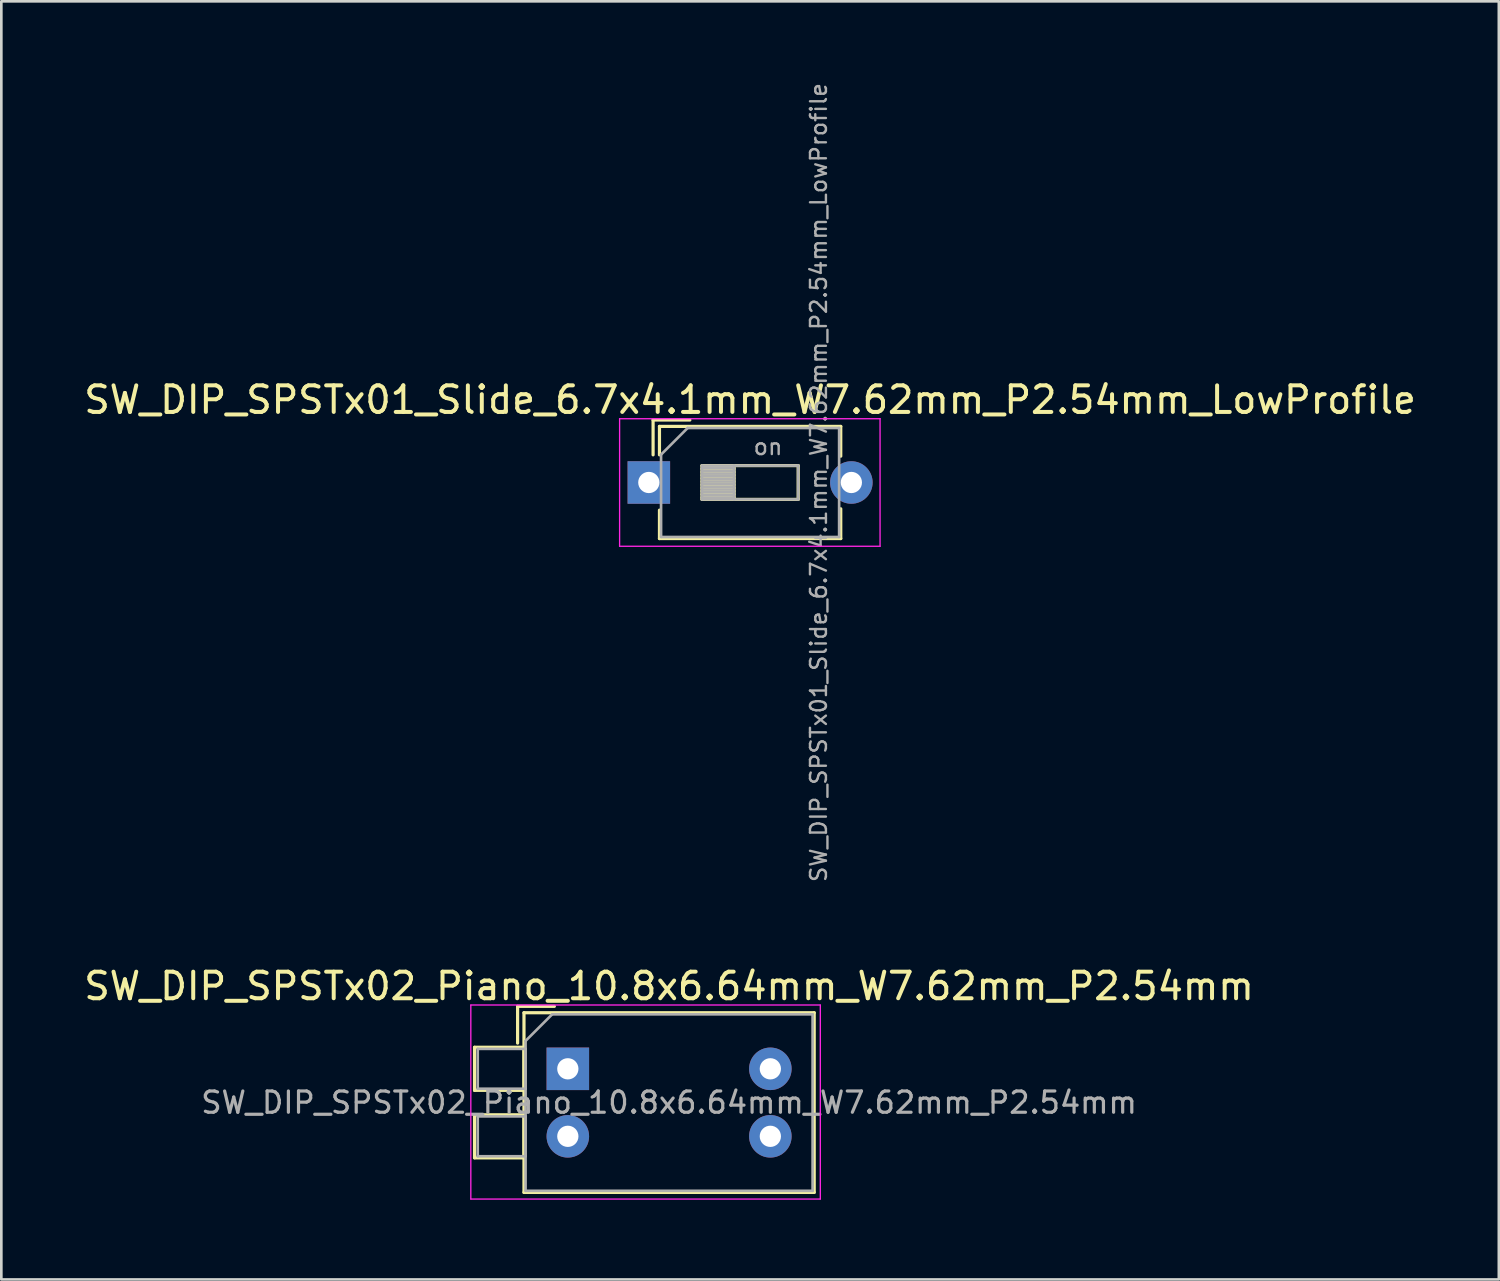
<source format=kicad_pcb>
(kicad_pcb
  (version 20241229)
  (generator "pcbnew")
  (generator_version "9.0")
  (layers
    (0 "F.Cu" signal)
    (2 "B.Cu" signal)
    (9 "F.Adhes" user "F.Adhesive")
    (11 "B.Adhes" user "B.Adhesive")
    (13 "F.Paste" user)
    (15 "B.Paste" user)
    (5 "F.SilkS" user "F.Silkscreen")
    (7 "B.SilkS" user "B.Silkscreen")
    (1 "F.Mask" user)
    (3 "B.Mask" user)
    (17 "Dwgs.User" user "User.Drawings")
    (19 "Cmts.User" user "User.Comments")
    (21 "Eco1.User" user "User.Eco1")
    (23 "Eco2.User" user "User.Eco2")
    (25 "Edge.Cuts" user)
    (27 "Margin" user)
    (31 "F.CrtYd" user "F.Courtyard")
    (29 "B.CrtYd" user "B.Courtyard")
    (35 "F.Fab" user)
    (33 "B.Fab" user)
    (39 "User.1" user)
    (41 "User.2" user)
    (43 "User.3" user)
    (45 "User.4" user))
  (footprint "SW_DIP_SPSTx02_Piano_10.8x6.64mm_W7.62mm_P2.54mm"
    (layer "F.Cu")
    (at 18.315 37.165)
    (property "Reference" "SW_DIP_SPSTx02_Piano_10.8x6.64mm_W7.62mm_P2.54mm" (at 3.81 -3.11 0) (layer "F.SilkS") (effects (font (size 1 1) (thickness 0.15))))
    (attr through_hole)
    (fp_line (start -3.51 -0.81) (end -3.51 0.81) (stroke (width 0.12) (type solid)) (layer "F.SilkS"))
    (fp_line (start -3.51 -0.81) (end -1.65 -0.81) (stroke (width 0.12) (type solid)) (layer "F.SilkS"))
    (fp_line (start -3.51 0.81) (end -1.65 0.81) (stroke (width 0.12) (type solid)) (layer "F.SilkS"))
    (fp_line (start -3.51 1.73) (end -3.51 3.35) (stroke (width 0.12) (type solid)) (layer "F.SilkS"))
    (fp_line (start -3.51 1.73) (end -1.65 1.73) (stroke (width 0.12) (type solid)) (layer "F.SilkS"))
    (fp_line (start -3.51 3.35) (end -1.65 3.35) (stroke (width 0.12) (type solid)) (layer "F.SilkS"))
    (fp_line (start -1.89 -2.35) (end -1.89 -0.967) (stroke (width 0.12) (type solid)) (layer "F.SilkS"))
    (fp_line (start -1.89 -2.35) (end -0.507 -2.35) (stroke (width 0.12) (type solid)) (layer "F.SilkS"))
    (fp_line (start -1.65 -2.11) (end -1.65 4.65) (stroke (width 0.12) (type solid)) (layer "F.SilkS"))
    (fp_line (start -1.65 -2.11) (end 9.27 -2.11) (stroke (width 0.12) (type solid)) (layer "F.SilkS"))
    (fp_line (start -1.65 -0.81) (end -1.65 0.81) (stroke (width 0.12) (type solid)) (layer "F.SilkS"))
    (fp_line (start -1.65 1.73) (end -1.65 3.35) (stroke (width 0.12) (type solid)) (layer "F.SilkS"))
    (fp_line (start -1.65 4.65) (end 9.27 4.65) (stroke (width 0.12) (type solid)) (layer "F.SilkS"))
    (fp_line (start 9.27 -2.11) (end 9.27 4.65) (stroke (width 0.12) (type solid)) (layer "F.SilkS"))
    (fp_line (start -3.65 -2.4) (end -3.65 4.9) (stroke (width 0.05) (type solid)) (layer "F.CrtYd"))
    (fp_line (start -3.65 4.9) (end 9.5 4.9) (stroke (width 0.05) (type solid)) (layer "F.CrtYd"))
    (fp_line (start 9.5 -2.4) (end -3.65 -2.4) (stroke (width 0.05) (type solid)) (layer "F.CrtYd"))
    (fp_line (start 9.5 4.9) (end 9.5 -2.4) (stroke (width 0.05) (type solid)) (layer "F.CrtYd"))
    (fp_line (start -3.39 -0.75) (end -1.59 -0.75) (stroke (width 0.1) (type solid)) (layer "F.Fab"))
    (fp_line (start -3.39 0.75) (end -3.39 -0.75) (stroke (width 0.1) (type solid)) (layer "F.Fab"))
    (fp_line (start -3.39 1.79) (end -1.59 1.79) (stroke (width 0.1) (type solid)) (layer "F.Fab"))
    (fp_line (start -3.39 3.29) (end -3.39 1.79) (stroke (width 0.1) (type solid)) (layer "F.Fab"))
    (fp_line (start -1.59 -1.05) (end -0.59 -2.05) (stroke (width 0.1) (type solid)) (layer "F.Fab"))
    (fp_line (start -1.59 -0.75) (end -1.59 0.75) (stroke (width 0.1) (type solid)) (layer "F.Fab"))
    (fp_line (start -1.59 0.75) (end -3.39 0.75) (stroke (width 0.1) (type solid)) (layer "F.Fab"))
    (fp_line (start -1.59 1.79) (end -1.59 3.29) (stroke (width 0.1) (type solid)) (layer "F.Fab"))
    (fp_line (start -1.59 3.29) (end -3.39 3.29) (stroke (width 0.1) (type solid)) (layer "F.Fab"))
    (fp_line (start -1.59 4.59) (end -1.59 -1.05) (stroke (width 0.1) (type solid)) (layer "F.Fab"))
    (fp_line (start -0.59 -2.05) (end 9.21 -2.05) (stroke (width 0.1) (type solid)) (layer "F.Fab"))
    (fp_line (start 9.21 -2.05) (end 9.21 4.59) (stroke (width 0.1) (type solid)) (layer "F.Fab"))
    (fp_line (start 9.21 4.59) (end -1.59 4.59) (stroke (width 0.1) (type solid)) (layer "F.Fab"))
    (fp_text user "${REFERENCE}" (at 3.81 1.27 0) (layer "F.Fab") (effects (font (size 0.8 0.8) (thickness 0.12))))
    (pad "1" thru_hole rect (at 0 0) (size 1.6 1.6) (drill 0.8) (layers "*.Cu" "*.Mask"))
    (pad "2" thru_hole oval (at 0 2.54) (size 1.6 1.6) (drill 0.8) (layers "*.Cu" "*.Mask"))
    (pad "3" thru_hole oval (at 7.62 2.54) (size 1.6 1.6) (drill 0.8) (layers "*.Cu" "*.Mask"))
    (pad "4" thru_hole oval (at 7.62 0) (size 1.6 1.6) (drill 0.8) (layers "*.Cu" "*.Mask")))
  (footprint "SW_DIP_SPSTx01_Slide_6.7x4.1mm_W7.62mm_P2.54mm_LowProfile"
    (layer "F.Cu")
    (at 21.363 15.104)
    (property "Reference" "SW_DIP_SPSTx01_Slide_6.7x4.1mm_W7.62mm_P2.54mm_LowProfile" (at 3.81 -3.11 0) (layer "F.SilkS") (effects (font (size 1 1) (thickness 0.15))))
    (attr through_hole)
    (fp_line (start 0.16 -2.35) (end 0.16 -1.04) (stroke (width 0.12) (type solid)) (layer "F.SilkS"))
    (fp_line (start 0.16 -2.35) (end 1.543 -2.35) (stroke (width 0.12) (type solid)) (layer "F.SilkS"))
    (fp_line (start 0.4 -2.11) (end 0.4 -1.04) (stroke (width 0.12) (type solid)) (layer "F.SilkS"))
    (fp_line (start 0.4 -2.11) (end 7.221 -2.11) (stroke (width 0.12) (type solid)) (layer "F.SilkS"))
    (fp_line (start 0.4 1.04) (end 0.4 2.11) (stroke (width 0.12) (type solid)) (layer "F.SilkS"))
    (fp_line (start 0.4 2.11) (end 7.221 2.11) (stroke (width 0.12) (type solid)) (layer "F.SilkS"))
    (fp_line (start 2 -0.635) (end 2 0.635) (stroke (width 0.12) (type solid)) (layer "F.SilkS"))
    (fp_line (start 2 -0.515) (end 3.207 -0.515) (stroke (width 0.12) (type solid)) (layer "F.SilkS"))
    (fp_line (start 2 -0.395) (end 3.207 -0.395) (stroke (width 0.12) (type solid)) (layer "F.SilkS"))
    (fp_line (start 2 -0.275) (end 3.207 -0.275) (stroke (width 0.12) (type solid)) (layer "F.SilkS"))
    (fp_line (start 2 -0.155) (end 3.207 -0.155) (stroke (width 0.12) (type solid)) (layer "F.SilkS"))
    (fp_line (start 2 -0.035) (end 3.207 -0.035) (stroke (width 0.12) (type solid)) (layer "F.SilkS"))
    (fp_line (start 2 0.085) (end 3.207 0.085) (stroke (width 0.12) (type solid)) (layer "F.SilkS"))
    (fp_line (start 2 0.205) (end 3.207 0.205) (stroke (width 0.12) (type solid)) (layer "F.SilkS"))
    (fp_line (start 2 0.325) (end 3.207 0.325) (stroke (width 0.12) (type solid)) (layer "F.SilkS"))
    (fp_line (start 2 0.445) (end 3.207 0.445) (stroke (width 0.12) (type solid)) (layer "F.SilkS"))
    (fp_line (start 2 0.565) (end 3.207 0.565) (stroke (width 0.12) (type solid)) (layer "F.SilkS"))
    (fp_line (start 2 0.635) (end 5.62 0.635) (stroke (width 0.12) (type solid)) (layer "F.SilkS"))
    (fp_line (start 3.207 -0.635) (end 3.207 0.635) (stroke (width 0.12) (type solid)) (layer "F.SilkS"))
    (fp_line (start 5.62 -0.635) (end 2 -0.635) (stroke (width 0.12) (type solid)) (layer "F.SilkS"))
    (fp_line (start 5.62 0.635) (end 5.62 -0.635) (stroke (width 0.12) (type solid)) (layer "F.SilkS"))
    (fp_line (start 7.221 -2.11) (end 7.221 -0.99) (stroke (width 0.12) (type solid)) (layer "F.SilkS"))
    (fp_line (start 7.221 0.99) (end 7.221 2.11) (stroke (width 0.12) (type solid)) (layer "F.SilkS"))
    (fp_line (start -1.1 -2.4) (end -1.1 2.4) (stroke (width 0.05) (type solid)) (layer "F.CrtYd"))
    (fp_line (start -1.1 2.4) (end 8.7 2.4) (stroke (width 0.05) (type solid)) (layer "F.CrtYd"))
    (fp_line (start 8.7 -2.4) (end -1.1 -2.4) (stroke (width 0.05) (type solid)) (layer "F.CrtYd"))
    (fp_line (start 8.7 2.4) (end 8.7 -2.4) (stroke (width 0.05) (type solid)) (layer "F.CrtYd"))
    (fp_line (start 0.46 -1.05) (end 1.46 -2.05) (stroke (width 0.1) (type solid)) (layer "F.Fab"))
    (fp_line (start 0.46 2.05) (end 0.46 -1.05) (stroke (width 0.1) (type solid)) (layer "F.Fab"))
    (fp_line (start 1.46 -2.05) (end 7.16 -2.05) (stroke (width 0.1) (type solid)) (layer "F.Fab"))
    (fp_line (start 2 -0.635) (end 2 0.635) (stroke (width 0.1) (type solid)) (layer "F.Fab"))
    (fp_line (start 2 -0.535) (end 3.207 -0.535) (stroke (width 0.1) (type solid)) (layer "F.Fab"))
    (fp_line (start 2 -0.435) (end 3.207 -0.435) (stroke (width 0.1) (type solid)) (layer "F.Fab"))
    (fp_line (start 2 -0.335) (end 3.207 -0.335) (stroke (width 0.1) (type solid)) (layer "F.Fab"))
    (fp_line (start 2 -0.235) (end 3.207 -0.235) (stroke (width 0.1) (type solid)) (layer "F.Fab"))
    (fp_line (start 2 -0.135) (end 3.207 -0.135) (stroke (width 0.1) (type solid)) (layer "F.Fab"))
    (fp_line (start 2 -0.035) (end 3.207 -0.035) (stroke (width 0.1) (type solid)) (layer "F.Fab"))
    (fp_line (start 2 0.065) (end 3.207 0.065) (stroke (width 0.1) (type solid)) (layer "F.Fab"))
    (fp_line (start 2 0.165) (end 3.207 0.165) (stroke (width 0.1) (type solid)) (layer "F.Fab"))
    (fp_line (start 2 0.265) (end 3.207 0.265) (stroke (width 0.1) (type solid)) (layer "F.Fab"))
    (fp_line (start 2 0.365) (end 3.207 0.365) (stroke (width 0.1) (type solid)) (layer "F.Fab"))
    (fp_line (start 2 0.465) (end 3.207 0.465) (stroke (width 0.1) (type solid)) (layer "F.Fab"))
    (fp_line (start 2 0.565) (end 3.207 0.565) (stroke (width 0.1) (type solid)) (layer "F.Fab"))
    (fp_line (start 2 0.635) (end 5.62 0.635) (stroke (width 0.1) (type solid)) (layer "F.Fab"))
    (fp_line (start 3.207 -0.635) (end 3.207 0.635) (stroke (width 0.1) (type solid)) (layer "F.Fab"))
    (fp_line (start 5.62 -0.635) (end 2 -0.635) (stroke (width 0.1) (type solid)) (layer "F.Fab"))
    (fp_line (start 5.62 0.635) (end 5.62 -0.635) (stroke (width 0.1) (type solid)) (layer "F.Fab"))
    (fp_line (start 7.16 -2.05) (end 7.16 2.05) (stroke (width 0.1) (type solid)) (layer "F.Fab"))
    (fp_line (start 7.16 2.05) (end 0.46 2.05) (stroke (width 0.1) (type solid)) (layer "F.Fab"))
    (fp_text user "${REFERENCE}" (at 6.39 0 90) (layer "F.Fab") (effects (font (size 0.6 0.6) (thickness 0.09))))
    (fp_text user "on" (at 4.485 -1.343 0) (layer "F.Fab") (effects (font (size 0.6 0.6) (thickness 0.09))))
    (pad "1" thru_hole rect (at 0 0) (size 1.6 1.6) (drill 0.8) (layers "*.Cu" "*.Mask"))
    (pad "2" thru_hole oval (at 7.62 0) (size 1.6 1.6) (drill 0.8) (layers "*.Cu" "*.Mask")))
  (gr_rect
    (start -3 -3)
    (end 53.345 45.09)
    (stroke (width 0.1) (type default))
    (fill no)
    (layer "Edge.Cuts")))
</source>
